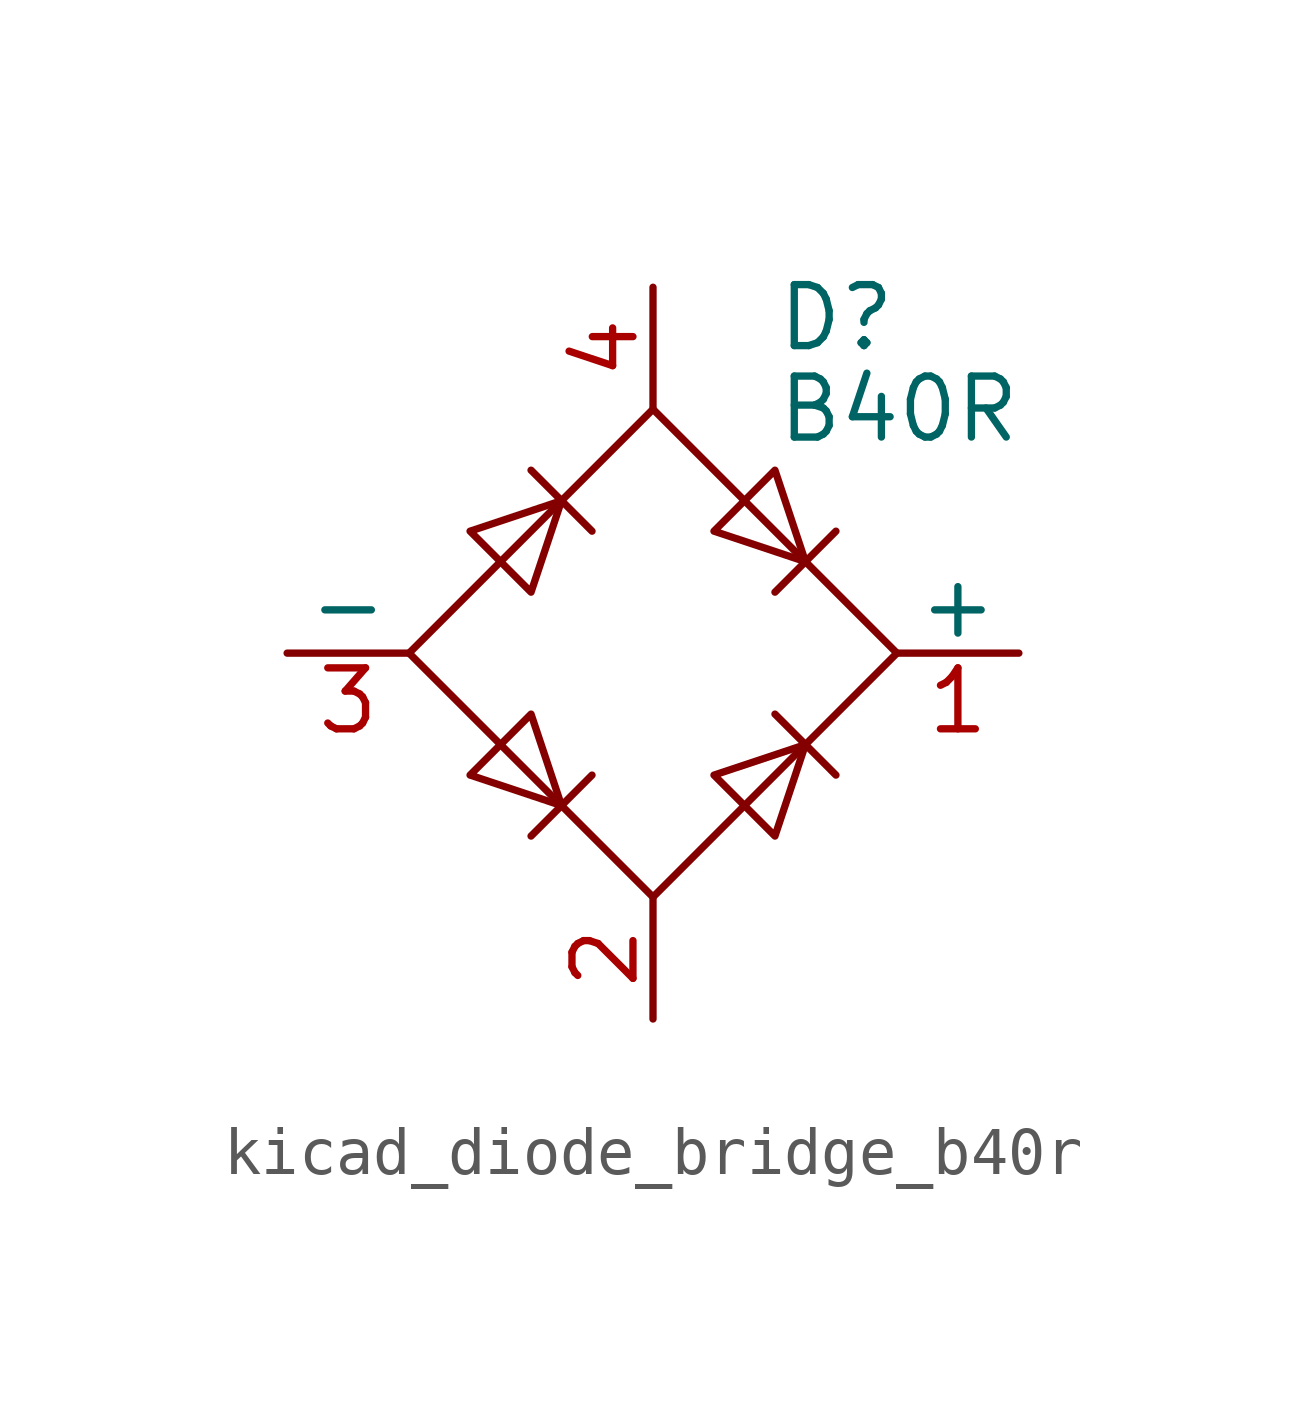
<source format=kicad_sym>
(kicad_symbol_lib
  (version 20220914)
  (generator kicad_symbol_editor)
  (symbol "kicad_diode_bridge_b40r"
    (pin_names
      (offset 0))
    (property "Reference" "D"
      (at 2.54 6.985 0)
      (effects (font (size 1.27 1.27)) (justify left)))
    (property "Value" "B40R"
      (at 2.54 5.08 0)
      (effects (font (size 1.27 1.27)) (justify left)))
    (symbol "kicad_diode_bridge_b40r_0_1"
      (polyline (pts (xy -2.54 3.81) (xy -1.27 2.54)) (stroke (width 0) (type default)) (fill (type none)))
      (polyline (pts (xy -1.27 -2.54) (xy -2.54 -3.81)) (stroke (width 0) (type default)) (fill (type none)))
      (polyline (pts (xy 2.54 -1.27) (xy 3.81 -2.54)) (stroke (width 0) (type default)) (fill (type none)))
      (polyline (pts (xy 2.54 1.27) (xy 3.81 2.54)) (stroke (width 0) (type default)) (fill (type none)))
      (polyline (pts (xy -3.81 2.54) (xy -2.54 1.27) (xy -1.905 3.175) (xy -3.81 2.54)) (stroke (width 0) (type default)) (fill (type none)))
      (polyline (pts (xy -2.54 -1.27) (xy -3.81 -2.54) (xy -1.905 -3.175) (xy -2.54 -1.27)) (stroke (width 0) (type default)) (fill (type none)))
      (polyline (pts (xy 1.27 2.54) (xy 2.54 3.81) (xy 3.175 1.905) (xy 1.27 2.54)) (stroke (width 0) (type default)) (fill (type none)))
      (polyline (pts (xy 3.175 -1.905) (xy 1.27 -2.54) (xy 2.54 -3.81) (xy 3.175 -1.905)) (stroke (width 0) (type default)) (fill (type none)))
      (polyline (pts (xy -5.08 0) (xy 0 -5.08) (xy 5.08 0) (xy 0 5.08) (xy -5.08 0)) (stroke (width 0) (type default)) (fill (type none))))
    (symbol "kicad_diode_bridge_b40r_1_1"
      (pin passive line (at 7.62 0 180) (length 2.54) (name "+" (effects (font (size 1.27 1.27)))) (number "1" (effects (font (size 1.27 1.27)))))
      (pin passive line (at 0 -7.62 90) (length 2.54) (name "~" (effects (font (size 1.27 1.27)))) (number "2" (effects (font (size 1.27 1.27)))))
      (pin passive line (at -7.62 0 0) (length 2.54) (name "-" (effects (font (size 1.27 1.27)))) (number "3" (effects (font (size 1.27 1.27)))))
      (pin passive line (at 0 7.62 270) (length 2.54) (name "~" (effects (font (size 1.27 1.27)))) (number "4" (effects (font (size 1.27 1.27))))))))
</source>
